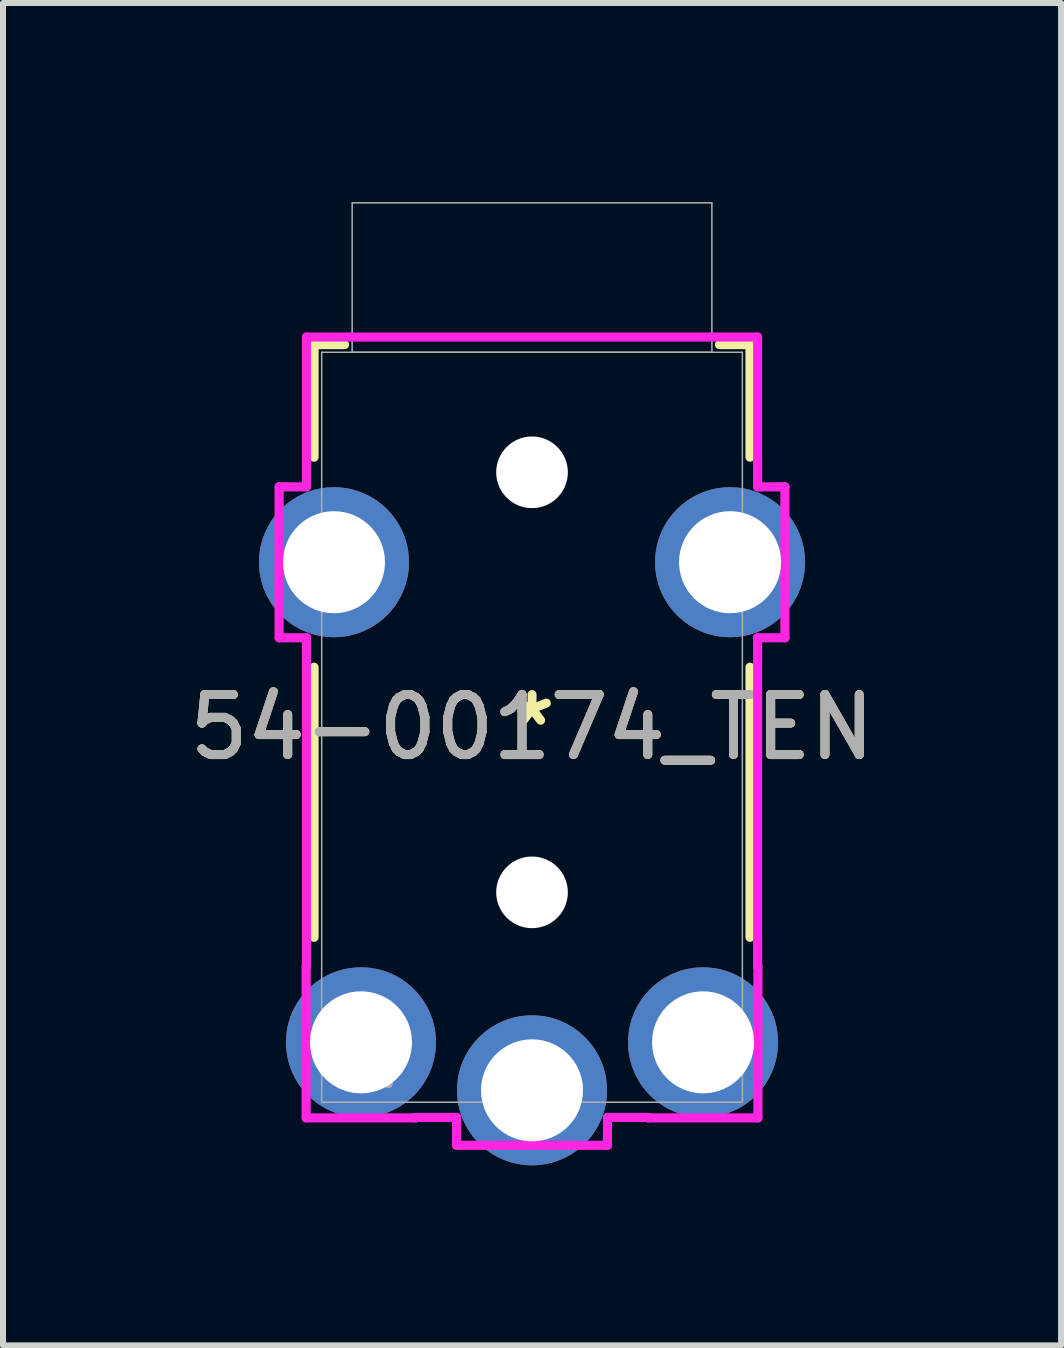
<source format=kicad_pcb>
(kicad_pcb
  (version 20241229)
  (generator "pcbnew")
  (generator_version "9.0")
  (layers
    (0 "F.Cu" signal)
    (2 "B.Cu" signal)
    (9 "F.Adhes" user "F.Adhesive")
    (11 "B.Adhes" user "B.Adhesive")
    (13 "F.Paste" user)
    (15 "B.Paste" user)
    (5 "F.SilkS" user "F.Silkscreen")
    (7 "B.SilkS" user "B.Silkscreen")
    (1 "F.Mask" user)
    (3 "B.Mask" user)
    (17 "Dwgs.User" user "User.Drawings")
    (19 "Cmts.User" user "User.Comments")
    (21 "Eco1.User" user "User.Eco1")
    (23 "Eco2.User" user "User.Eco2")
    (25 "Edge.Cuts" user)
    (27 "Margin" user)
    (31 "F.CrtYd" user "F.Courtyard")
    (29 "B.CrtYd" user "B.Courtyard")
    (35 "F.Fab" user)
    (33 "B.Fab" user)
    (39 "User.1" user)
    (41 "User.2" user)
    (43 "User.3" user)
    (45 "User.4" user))
  (footprint "54-00174_TEN"
    (layer "F.Cu")
    (at 5.815 9.068)
    (property "Reference" "54-00174_TEN" (at 0 0 0) (unlocked yes) (layer "F.SilkS") (effects (font (size 1 1) (thickness 0.15))))
    (attr smd)
    (fp_line (start -3.632 -6.375) (end -3.124 -6.375) (stroke (width 0.152) (type solid)) (layer "F.SilkS"))
    (fp_line (start -3.632 -4.5) (end -3.632 -6.375) (stroke (width 0.152) (type solid)) (layer "F.SilkS"))
    (fp_line (start -3.632 3.5) (end -3.632 -1) (stroke (width 0.152) (type solid)) (layer "F.SilkS"))
    (fp_line (start 3.124 -6.375) (end 3.632 -6.375) (stroke (width 0.152) (type solid)) (layer "F.SilkS"))
    (fp_line (start 3.632 -6.375) (end 3.632 -4.5) (stroke (width 0.152) (type solid)) (layer "F.SilkS"))
    (fp_line (start 3.632 -1) (end 3.632 3.5) (stroke (width 0.152) (type solid)) (layer "F.SilkS"))
    (fp_line (start -4.214 -4.006) (end -4.214 -1.491) (stroke (width 0.152) (type solid)) (layer "F.CrtYd"))
    (fp_line (start -4.214 -1.491) (end -3.759 -1.491) (stroke (width 0.152) (type solid)) (layer "F.CrtYd"))
    (fp_line (start -3.764 3.994) (end -3.764 6.509) (stroke (width 0.152) (type solid)) (layer "F.CrtYd"))
    (fp_line (start -3.764 6.509) (end -1.935 6.509) (stroke (width 0.152) (type solid)) (layer "F.CrtYd"))
    (fp_line (start -3.759 -6.502) (end -3.759 -4.006) (stroke (width 0.152) (type solid)) (layer "F.CrtYd"))
    (fp_line (start -3.759 -4.006) (end -4.214 -4.006) (stroke (width 0.152) (type solid)) (layer "F.CrtYd"))
    (fp_line (start -3.759 -1.491) (end -3.759 3.994) (stroke (width 0.152) (type solid)) (layer "F.CrtYd"))
    (fp_line (start -3.759 3.994) (end -3.764 3.994) (stroke (width 0.152) (type solid)) (layer "F.CrtYd"))
    (fp_line (start -1.935 6.502) (end -1.257 6.502) (stroke (width 0.152) (type solid)) (layer "F.CrtYd"))
    (fp_line (start -1.935 6.509) (end -1.935 6.502) (stroke (width 0.152) (type solid)) (layer "F.CrtYd"))
    (fp_line (start -1.257 6.502) (end -1.257 6.966) (stroke (width 0.152) (type solid)) (layer "F.CrtYd"))
    (fp_line (start -1.257 6.966) (end 1.257 6.966) (stroke (width 0.152) (type solid)) (layer "F.CrtYd"))
    (fp_line (start 1.257 6.502) (end 1.935 6.502) (stroke (width 0.152) (type solid)) (layer "F.CrtYd"))
    (fp_line (start 1.257 6.966) (end 1.257 6.502) (stroke (width 0.152) (type solid)) (layer "F.CrtYd"))
    (fp_line (start 1.935 6.502) (end 1.935 6.509) (stroke (width 0.152) (type solid)) (layer "F.CrtYd"))
    (fp_line (start 1.935 6.509) (end 3.764 6.509) (stroke (width 0.152) (type solid)) (layer "F.CrtYd"))
    (fp_line (start 3.759 -6.502) (end -3.759 -6.502) (stroke (width 0.152) (type solid)) (layer "F.CrtYd"))
    (fp_line (start 3.759 -4.006) (end 3.759 -6.502) (stroke (width 0.152) (type solid)) (layer "F.CrtYd"))
    (fp_line (start 3.759 -1.491) (end 4.214 -1.491) (stroke (width 0.152) (type solid)) (layer "F.CrtYd"))
    (fp_line (start 3.759 3.994) (end 3.759 -1.491) (stroke (width 0.152) (type solid)) (layer "F.CrtYd"))
    (fp_line (start 3.764 3.994) (end 3.759 3.994) (stroke (width 0.152) (type solid)) (layer "F.CrtYd"))
    (fp_line (start 3.764 6.509) (end 3.764 3.994) (stroke (width 0.152) (type solid)) (layer "F.CrtYd"))
    (fp_line (start 4.214 -4.006) (end 3.759 -4.006) (stroke (width 0.152) (type solid)) (layer "F.CrtYd"))
    (fp_line (start 4.214 -1.491) (end 4.214 -4.006) (stroke (width 0.152) (type solid)) (layer "F.CrtYd"))
    (fp_line (start -3.505 -6.248) (end -3.505 6.248) (stroke (width 0.025) (type solid)) (layer "F.Fab"))
    (fp_line (start -3.505 6.248) (end 3.505 6.248) (stroke (width 0.025) (type solid)) (layer "F.Fab"))
    (fp_line (start -2.997 -8.738) (end -2.997 -6.248) (stroke (width 0.025) (type solid)) (layer "F.Fab"))
    (fp_line (start -2.997 -6.248) (end 2.997 -6.248) (stroke (width 0.025) (type solid)) (layer "F.Fab"))
    (fp_line (start 2.997 -8.738) (end -2.997 -8.738) (stroke (width 0.025) (type solid)) (layer "F.Fab"))
    (fp_line (start 2.997 -6.248) (end 2.997 -8.738) (stroke (width 0.025) (type solid)) (layer "F.Fab"))
    (fp_line (start 3.505 -6.248) (end -3.505 -6.248) (stroke (width 0.025) (type solid)) (layer "F.Fab"))
    (fp_line (start 3.505 6.248) (end 3.505 -6.248) (stroke (width 0.025) (type solid)) (layer "F.Fab"))
    (fp_line (start -3.251 -8.992) (end -3.251 -6.502) (stroke (width 0.152) (type solid)) (layer "User.1"))
    (fp_line (start 3.251 -8.992) (end -3.251 -8.992) (stroke (width 0.152) (type solid)) (layer "User.1"))
    (fp_line (start 3.251 -6.502) (end 3.251 -8.992) (stroke (width 0.152) (type solid)) (layer "User.1"))
    (fp_line (start -3.124 -8.865) (end 3.124 -8.865) (stroke (width 0.152) (type solid)) (layer "User.2"))
    (fp_line (start -3.124 -6.375) (end -3.124 -8.865) (stroke (width 0.152) (type solid)) (layer "User.2"))
    (fp_line (start 3.124 -8.865) (end 3.124 -6.375) (stroke (width 0.152) (type solid)) (layer "User.2"))
    (fp_text user "*" (at 0 0 0) (layer "F.SilkS") (effects (font (size 1 1) (thickness 0.15))))
    (fp_text user "${REFERENCE}" (at 0 0 0) (unlocked yes) (layer "F.Fab") (effects (font (size 1 1) (thickness 0.15))))
    (fp_text user "*" (at -2.54 6.052 0) (unlocked yes) (layer "F.Fab") (effects (font (size 1 1) (thickness 0.15))))
    (fp_text user "*" (at -2.54 6.052 0) (layer "F.Fab") (effects (font (size 1 1) (thickness 0.15))))
    (pad "" np_thru_hole circle (at 0 -4.248) (size 1.194 1.194) (drill 1.194) (layers "*.Cu" "*.Mask"))
    (pad "" np_thru_hole circle (at 0 2.751) (size 1.194 1.194) (drill 1.194) (layers "*.Cu" "*.Mask"))
    (pad "R1" thru_hole circle (at -2.85 5.25) (size 2.5 2.5) (drill 1.7) (layers "*.Cu" "*.Mask"))
    (pad "R2" thru_hole circle (at 2.85 5.25) (size 2.5 2.5) (drill 1.7) (layers "*.Cu" "*.Mask"))
    (pad "S" thru_hole circle (at 0 6.05) (size 2.5 2.5) (drill 1.7) (layers "*.Cu" "*.Mask"))
    (pad "T" thru_hole circle (at -3.3 -2.75) (size 2.5 2.5) (drill 1.7) (layers "*.Cu" "*.Mask"))
    (pad "T" thru_hole circle (at 3.3 -2.75) (size 2.5 2.5) (drill 1.7) (layers "*.Cu" "*.Mask")))
  (gr_rect
    (start -3 -3)
    (end 14.631 19.368)
    (stroke (width 0.1) (type default))
    (fill no)
    (layer "Edge.Cuts")))
</source>
